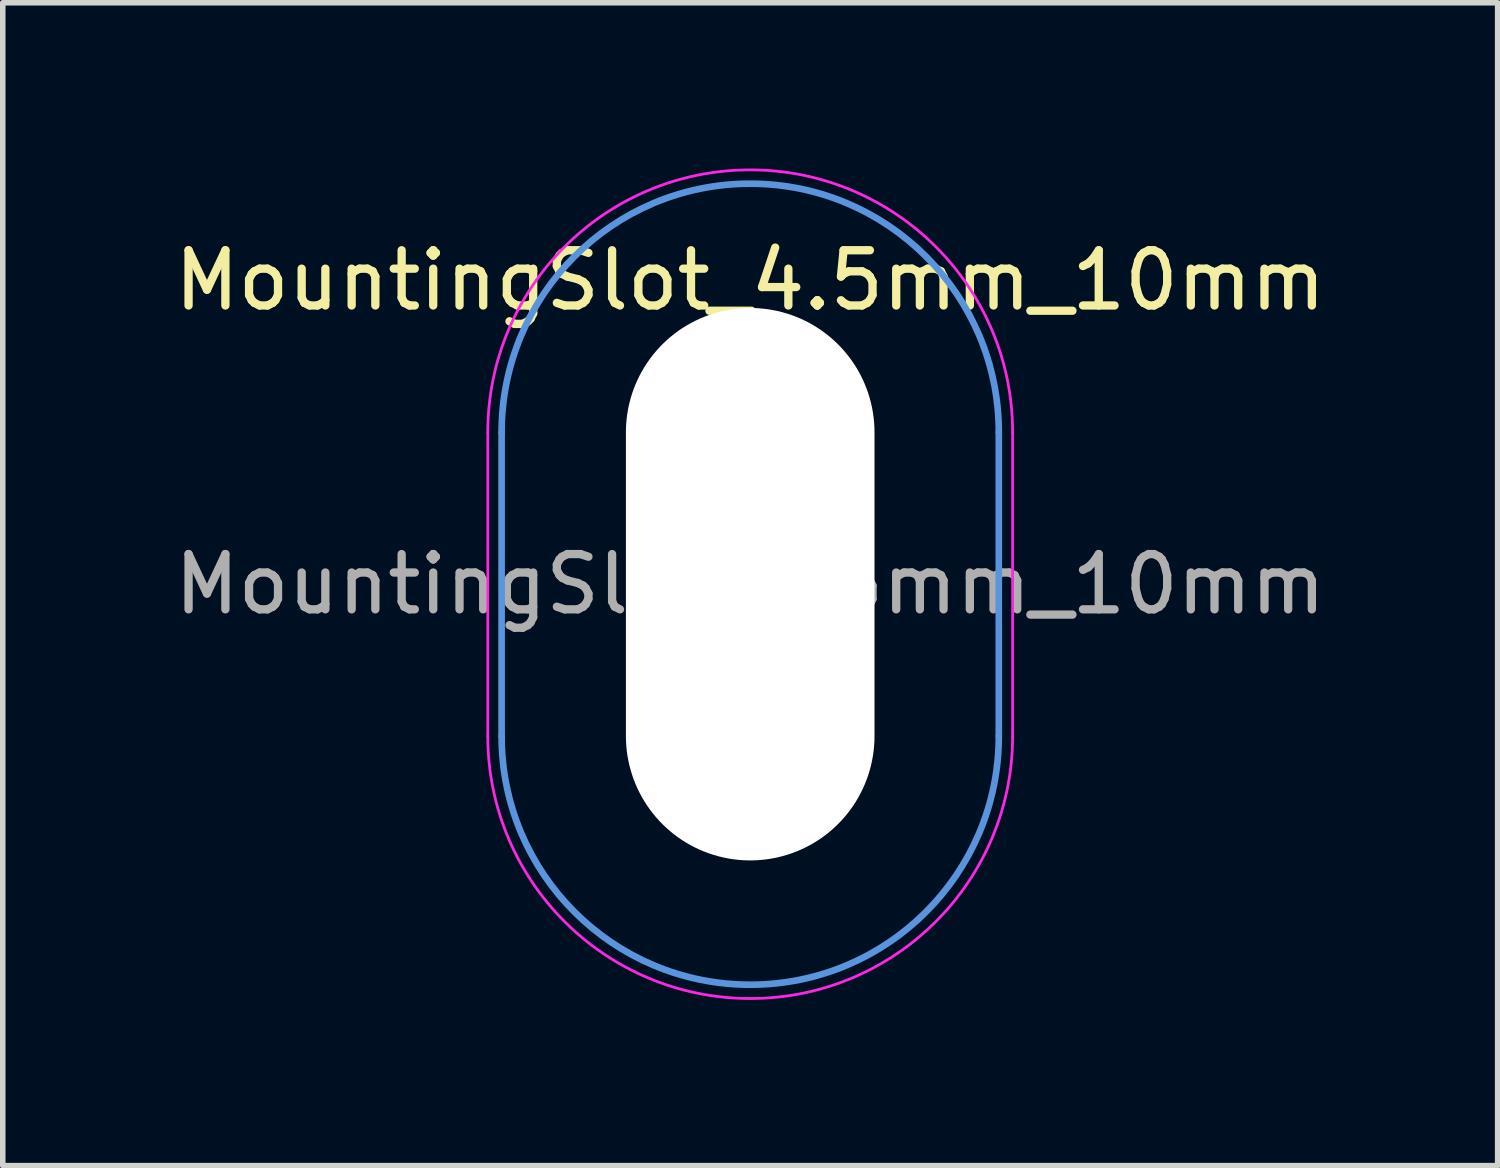
<source format=kicad_pcb>
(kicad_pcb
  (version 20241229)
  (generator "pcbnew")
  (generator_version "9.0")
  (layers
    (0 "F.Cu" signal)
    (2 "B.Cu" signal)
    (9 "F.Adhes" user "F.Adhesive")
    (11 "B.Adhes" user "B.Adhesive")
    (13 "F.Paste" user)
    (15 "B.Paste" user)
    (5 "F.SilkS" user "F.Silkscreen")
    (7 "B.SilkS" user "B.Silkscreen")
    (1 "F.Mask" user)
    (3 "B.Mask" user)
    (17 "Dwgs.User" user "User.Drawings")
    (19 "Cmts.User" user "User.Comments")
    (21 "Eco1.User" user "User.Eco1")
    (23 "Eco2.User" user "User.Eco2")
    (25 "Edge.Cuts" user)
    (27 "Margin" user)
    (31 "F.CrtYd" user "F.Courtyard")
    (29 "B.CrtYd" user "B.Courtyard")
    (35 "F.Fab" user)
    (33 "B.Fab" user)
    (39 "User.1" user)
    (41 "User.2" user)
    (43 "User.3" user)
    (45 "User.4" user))
  (footprint "MountingSlot_4.5mm_10mm"
    (layer "F.Cu")
    (at 10.53 7.525)
    (property "Reference" "MountingSlot_4.5mm_10mm" (at 0 -5.5 0) (layer "F.SilkS") (effects (font (size 1 1) (thickness 0.15))))
    (attr exclude_from_pos_files exclude_from_bom)
    (fp_line (start -4.5 -2.75) (end -4.5 2.75) (stroke (width 0.12) (type solid)) (layer "Cmts.User"))
    (fp_line (start 4.5 -2.75) (end 4.5 2.75) (stroke (width 0.12) (type solid)) (layer "Cmts.User"))
    (fp_arc (start -4.5 -2.75) (mid 0 -7.25) (end 4.5 -2.75) (stroke (width 0.12) (type solid)) (layer "Cmts.User"))
    (fp_arc (start 4.5 2.75) (mid 0 7.25) (end -4.5 2.75) (stroke (width 0.12) (type solid)) (layer "Cmts.User"))
    (fp_line (start -4.75 -2.75) (end -4.75 2.75) (stroke (width 0.05) (type solid)) (layer "F.CrtYd"))
    (fp_line (start 4.75 -2.75) (end 4.75 2.75) (stroke (width 0.05) (type solid)) (layer "F.CrtYd"))
    (fp_arc (start -4.75 -2.75) (mid 0 -7.5) (end 4.75 -2.75) (stroke (width 0.05) (type solid)) (layer "F.CrtYd"))
    (fp_arc (start 4.75 2.75) (mid 0 7.5) (end -4.75 2.75) (stroke (width 0.05) (type solid)) (layer "F.CrtYd"))
    (fp_text user "${REFERENCE}" (at 0 0 0) (layer "F.Fab") (effects (font (size 1 1) (thickness 0.15))))
    (pad "" np_thru_hole oval (at 0 0) (size 4.5 10) (drill oval 4.5 10) (layers "*.Cu" "*.Mask")))
  (gr_rect
    (start -3 -3)
    (end 24.06 18.05)
    (stroke (width 0.1) (type default))
    (fill no)
    (layer "Edge.Cuts")))
</source>
